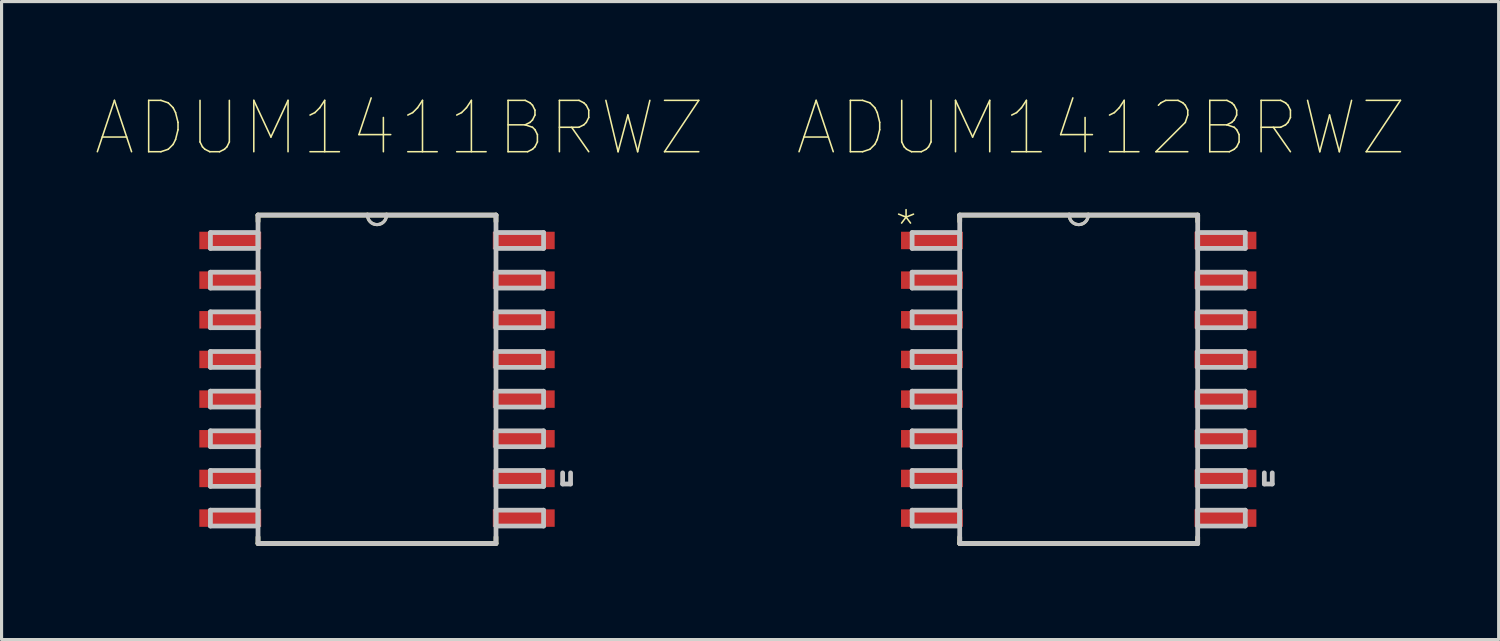
<source format=kicad_pcb>
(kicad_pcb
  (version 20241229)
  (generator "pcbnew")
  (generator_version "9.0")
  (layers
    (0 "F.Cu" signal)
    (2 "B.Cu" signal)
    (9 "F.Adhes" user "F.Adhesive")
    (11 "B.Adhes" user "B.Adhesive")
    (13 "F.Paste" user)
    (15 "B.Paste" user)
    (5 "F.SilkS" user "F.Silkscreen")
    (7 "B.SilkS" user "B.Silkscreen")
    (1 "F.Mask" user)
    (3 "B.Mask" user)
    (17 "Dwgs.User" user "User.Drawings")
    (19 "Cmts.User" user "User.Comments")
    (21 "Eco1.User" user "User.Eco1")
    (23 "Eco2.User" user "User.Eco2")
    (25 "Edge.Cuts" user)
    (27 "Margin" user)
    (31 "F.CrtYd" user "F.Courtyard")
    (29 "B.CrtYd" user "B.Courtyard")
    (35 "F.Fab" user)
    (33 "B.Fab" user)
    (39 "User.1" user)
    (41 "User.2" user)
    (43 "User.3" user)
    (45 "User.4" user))
  (footprint "ADUM1412BRWZ"
    (layer "F.Cu")
    (at 31.491 9.095)
    (property "Reference" "ADUM1412BRWZ" (at 0.713 -8.045 0) (layer "F.SilkS") (effects (font (size 1.644 1.644) (thickness 0.05))))
    (attr smd)
    (fp_line (start -3.81 -5.258) (end -3.81 -5.055) (stroke (width 0.152) (type solid)) (layer "F.SilkS"))
    (fp_line (start -3.81 5.055) (end -3.81 5.258) (stroke (width 0.152) (type solid)) (layer "F.SilkS"))
    (fp_line (start -3.81 5.258) (end 3.81 5.258) (stroke (width 0.152) (type solid)) (layer "F.SilkS"))
    (fp_line (start -0.305 -5.258) (end -3.81 -5.258) (stroke (width 0.152) (type solid)) (layer "F.SilkS"))
    (fp_line (start 0.305 -5.258) (end -0.305 -5.258) (stroke (width 0.152) (type solid)) (layer "F.SilkS"))
    (fp_line (start 3.81 -5.258) (end 0.305 -5.258) (stroke (width 0.152) (type solid)) (layer "F.SilkS"))
    (fp_line (start 3.81 -5.055) (end 3.81 -5.258) (stroke (width 0.152) (type solid)) (layer "F.SilkS"))
    (fp_line (start 3.81 5.258) (end 3.81 5.055) (stroke (width 0.152) (type solid)) (layer "F.SilkS"))
    (fp_arc (start 0.3048 -5.2578) (mid 0 -4.953) (end -0.3048 -5.2578) (stroke (width 0.1) (type solid)) (layer "F.SilkS"))
    (fp_line (start -5.334 -4.699) (end -5.334 -4.191) (stroke (width 0.152) (type solid)) (layer "Dwgs.User"))
    (fp_line (start -5.334 -4.191) (end -3.81 -4.191) (stroke (width 0.152) (type solid)) (layer "Dwgs.User"))
    (fp_line (start -5.334 -3.429) (end -5.334 -2.921) (stroke (width 0.152) (type solid)) (layer "Dwgs.User"))
    (fp_line (start -5.334 -2.921) (end -3.81 -2.921) (stroke (width 0.152) (type solid)) (layer "Dwgs.User"))
    (fp_line (start -5.334 -2.159) (end -5.334 -1.651) (stroke (width 0.152) (type solid)) (layer "Dwgs.User"))
    (fp_line (start -5.334 -1.651) (end -3.81 -1.651) (stroke (width 0.152) (type solid)) (layer "Dwgs.User"))
    (fp_line (start -5.334 -0.889) (end -5.334 -0.381) (stroke (width 0.152) (type solid)) (layer "Dwgs.User"))
    (fp_line (start -5.334 -0.381) (end -3.81 -0.381) (stroke (width 0.152) (type solid)) (layer "Dwgs.User"))
    (fp_line (start -5.334 0.381) (end -5.334 0.889) (stroke (width 0.152) (type solid)) (layer "Dwgs.User"))
    (fp_line (start -5.334 0.889) (end -3.81 0.889) (stroke (width 0.152) (type solid)) (layer "Dwgs.User"))
    (fp_line (start -5.334 1.651) (end -5.334 2.159) (stroke (width 0.152) (type solid)) (layer "Dwgs.User"))
    (fp_line (start -5.334 2.159) (end -3.81 2.159) (stroke (width 0.152) (type solid)) (layer "Dwgs.User"))
    (fp_line (start -5.334 2.921) (end -5.334 3.429) (stroke (width 0.152) (type solid)) (layer "Dwgs.User"))
    (fp_line (start -5.334 3.429) (end -3.81 3.429) (stroke (width 0.152) (type solid)) (layer "Dwgs.User"))
    (fp_line (start -5.334 4.191) (end -5.334 4.699) (stroke (width 0.152) (type solid)) (layer "Dwgs.User"))
    (fp_line (start -5.334 4.699) (end -3.81 4.699) (stroke (width 0.152) (type solid)) (layer "Dwgs.User"))
    (fp_line (start -3.81 -5.258) (end -3.81 5.258) (stroke (width 0.152) (type solid)) (layer "Dwgs.User"))
    (fp_line (start -3.81 -4.699) (end -5.334 -4.699) (stroke (width 0.152) (type solid)) (layer "Dwgs.User"))
    (fp_line (start -3.81 -4.191) (end -3.81 -4.699) (stroke (width 0.152) (type solid)) (layer "Dwgs.User"))
    (fp_line (start -3.81 -3.429) (end -5.334 -3.429) (stroke (width 0.152) (type solid)) (layer "Dwgs.User"))
    (fp_line (start -3.81 -2.921) (end -3.81 -3.429) (stroke (width 0.152) (type solid)) (layer "Dwgs.User"))
    (fp_line (start -3.81 -2.159) (end -5.334 -2.159) (stroke (width 0.152) (type solid)) (layer "Dwgs.User"))
    (fp_line (start -3.81 -1.651) (end -3.81 -2.159) (stroke (width 0.152) (type solid)) (layer "Dwgs.User"))
    (fp_line (start -3.81 -0.889) (end -5.334 -0.889) (stroke (width 0.152) (type solid)) (layer "Dwgs.User"))
    (fp_line (start -3.81 -0.381) (end -3.81 -0.889) (stroke (width 0.152) (type solid)) (layer "Dwgs.User"))
    (fp_line (start -3.81 0.381) (end -5.334 0.381) (stroke (width 0.152) (type solid)) (layer "Dwgs.User"))
    (fp_line (start -3.81 0.889) (end -3.81 0.381) (stroke (width 0.152) (type solid)) (layer "Dwgs.User"))
    (fp_line (start -3.81 1.651) (end -5.334 1.651) (stroke (width 0.152) (type solid)) (layer "Dwgs.User"))
    (fp_line (start -3.81 2.159) (end -3.81 1.651) (stroke (width 0.152) (type solid)) (layer "Dwgs.User"))
    (fp_line (start -3.81 2.921) (end -5.334 2.921) (stroke (width 0.152) (type solid)) (layer "Dwgs.User"))
    (fp_line (start -3.81 3.429) (end -3.81 2.921) (stroke (width 0.152) (type solid)) (layer "Dwgs.User"))
    (fp_line (start -3.81 4.191) (end -5.334 4.191) (stroke (width 0.152) (type solid)) (layer "Dwgs.User"))
    (fp_line (start -3.81 4.699) (end -3.81 4.191) (stroke (width 0.152) (type solid)) (layer "Dwgs.User"))
    (fp_line (start -3.81 5.258) (end 3.81 5.258) (stroke (width 0.152) (type solid)) (layer "Dwgs.User"))
    (fp_line (start -0.305 -5.258) (end -3.81 -5.258) (stroke (width 0.152) (type solid)) (layer "Dwgs.User"))
    (fp_line (start 0.305 -5.258) (end -0.305 -5.258) (stroke (width 0.152) (type solid)) (layer "Dwgs.User"))
    (fp_line (start 3.81 -5.258) (end 0.305 -5.258) (stroke (width 0.152) (type solid)) (layer "Dwgs.User"))
    (fp_line (start 3.81 -4.699) (end 3.81 -4.191) (stroke (width 0.152) (type solid)) (layer "Dwgs.User"))
    (fp_line (start 3.81 -4.191) (end 5.334 -4.191) (stroke (width 0.152) (type solid)) (layer "Dwgs.User"))
    (fp_line (start 3.81 -3.429) (end 3.81 -2.921) (stroke (width 0.152) (type solid)) (layer "Dwgs.User"))
    (fp_line (start 3.81 -2.921) (end 5.334 -2.921) (stroke (width 0.152) (type solid)) (layer "Dwgs.User"))
    (fp_line (start 3.81 -2.159) (end 3.81 -1.651) (stroke (width 0.152) (type solid)) (layer "Dwgs.User"))
    (fp_line (start 3.81 -1.651) (end 5.334 -1.651) (stroke (width 0.152) (type solid)) (layer "Dwgs.User"))
    (fp_line (start 3.81 -0.889) (end 3.81 -0.381) (stroke (width 0.152) (type solid)) (layer "Dwgs.User"))
    (fp_line (start 3.81 -0.381) (end 5.334 -0.381) (stroke (width 0.152) (type solid)) (layer "Dwgs.User"))
    (fp_line (start 3.81 0.381) (end 3.81 0.889) (stroke (width 0.152) (type solid)) (layer "Dwgs.User"))
    (fp_line (start 3.81 0.889) (end 5.334 0.889) (stroke (width 0.152) (type solid)) (layer "Dwgs.User"))
    (fp_line (start 3.81 1.651) (end 3.81 2.159) (stroke (width 0.152) (type solid)) (layer "Dwgs.User"))
    (fp_line (start 3.81 2.159) (end 5.334 2.159) (stroke (width 0.152) (type solid)) (layer "Dwgs.User"))
    (fp_line (start 3.81 2.921) (end 3.81 3.429) (stroke (width 0.152) (type solid)) (layer "Dwgs.User"))
    (fp_line (start 3.81 3.429) (end 5.334 3.429) (stroke (width 0.152) (type solid)) (layer "Dwgs.User"))
    (fp_line (start 3.81 4.191) (end 3.81 4.699) (stroke (width 0.152) (type solid)) (layer "Dwgs.User"))
    (fp_line (start 3.81 4.699) (end 5.334 4.699) (stroke (width 0.152) (type solid)) (layer "Dwgs.User"))
    (fp_line (start 3.81 5.258) (end 3.81 -5.258) (stroke (width 0.152) (type solid)) (layer "Dwgs.User"))
    (fp_line (start 5.334 -4.699) (end 3.81 -4.699) (stroke (width 0.152) (type solid)) (layer "Dwgs.User"))
    (fp_line (start 5.334 -4.191) (end 5.334 -4.699) (stroke (width 0.152) (type solid)) (layer "Dwgs.User"))
    (fp_line (start 5.334 -3.429) (end 3.81 -3.429) (stroke (width 0.152) (type solid)) (layer "Dwgs.User"))
    (fp_line (start 5.334 -2.921) (end 5.334 -3.429) (stroke (width 0.152) (type solid)) (layer "Dwgs.User"))
    (fp_line (start 5.334 -2.159) (end 3.81 -2.159) (stroke (width 0.152) (type solid)) (layer "Dwgs.User"))
    (fp_line (start 5.334 -1.651) (end 5.334 -2.159) (stroke (width 0.152) (type solid)) (layer "Dwgs.User"))
    (fp_line (start 5.334 -0.889) (end 3.81 -0.889) (stroke (width 0.152) (type solid)) (layer "Dwgs.User"))
    (fp_line (start 5.334 -0.381) (end 5.334 -0.889) (stroke (width 0.152) (type solid)) (layer "Dwgs.User"))
    (fp_line (start 5.334 0.381) (end 3.81 0.381) (stroke (width 0.152) (type solid)) (layer "Dwgs.User"))
    (fp_line (start 5.334 0.889) (end 5.334 0.381) (stroke (width 0.152) (type solid)) (layer "Dwgs.User"))
    (fp_line (start 5.334 1.651) (end 3.81 1.651) (stroke (width 0.152) (type solid)) (layer "Dwgs.User"))
    (fp_line (start 5.334 2.159) (end 5.334 1.651) (stroke (width 0.152) (type solid)) (layer "Dwgs.User"))
    (fp_line (start 5.334 2.921) (end 3.81 2.921) (stroke (width 0.152) (type solid)) (layer "Dwgs.User"))
    (fp_line (start 5.334 3.429) (end 5.334 2.921) (stroke (width 0.152) (type solid)) (layer "Dwgs.User"))
    (fp_line (start 5.334 4.191) (end 3.81 4.191) (stroke (width 0.152) (type solid)) (layer "Dwgs.User"))
    (fp_line (start 5.334 4.699) (end 5.334 4.191) (stroke (width 0.152) (type solid)) (layer "Dwgs.User"))
    (fp_line (start 5.944 3.353) (end 5.944 2.997) (stroke (width 0.152) (type solid)) (layer "Dwgs.User"))
    (fp_line (start 6.198 2.997) (end 6.198 3.353) (stroke (width 0.152) (type solid)) (layer "Dwgs.User"))
    (fp_line (start 6.198 3.353) (end 5.944 3.353) (stroke (width 0.152) (type solid)) (layer "Dwgs.User"))
    (fp_arc (start 0.3048 -5.2578) (mid 0 -4.953) (end -0.3048 -5.2578) (stroke (width 0.1) (type solid)) (layer "Dwgs.User"))
    (fp_text user "*" (at -5.528 -4.891 0) (layer "F.SilkS") (effects (font (size 1 1) (thickness 0.05))))
    (pad "1" smd rect (at -4.699 -4.445) (size 1.981 0.559) (layers "F.Cu" "F.Mask" "F.Paste"))
    (pad "2" smd rect (at -4.699 -3.175) (size 1.981 0.559) (layers "F.Cu" "F.Mask" "F.Paste"))
    (pad "3" smd rect (at -4.699 -1.905) (size 1.981 0.559) (layers "F.Cu" "F.Mask" "F.Paste"))
    (pad "4" smd rect (at -4.699 -0.635) (size 1.981 0.559) (layers "F.Cu" "F.Mask" "F.Paste"))
    (pad "5" smd rect (at -4.699 0.635) (size 1.981 0.559) (layers "F.Cu" "F.Mask" "F.Paste"))
    (pad "6" smd rect (at -4.699 1.905) (size 1.981 0.559) (layers "F.Cu" "F.Mask" "F.Paste"))
    (pad "7" smd rect (at -4.699 3.175) (size 1.981 0.559) (layers "F.Cu" "F.Mask" "F.Paste"))
    (pad "8" smd rect (at -4.699 4.445) (size 1.981 0.559) (layers "F.Cu" "F.Mask" "F.Paste"))
    (pad "9" smd rect (at 4.699 4.445) (size 1.981 0.559) (layers "F.Cu" "F.Mask" "F.Paste"))
    (pad "10" smd rect (at 4.699 3.175) (size 1.981 0.559) (layers "F.Cu" "F.Mask" "F.Paste"))
    (pad "11" smd rect (at 4.699 1.905) (size 1.981 0.559) (layers "F.Cu" "F.Mask" "F.Paste"))
    (pad "12" smd rect (at 4.699 0.635) (size 1.981 0.559) (layers "F.Cu" "F.Mask" "F.Paste"))
    (pad "13" smd rect (at 4.699 -0.635) (size 1.981 0.559) (layers "F.Cu" "F.Mask" "F.Paste"))
    (pad "14" smd rect (at 4.699 -1.905) (size 1.981 0.559) (layers "F.Cu" "F.Mask" "F.Paste"))
    (pad "15" smd rect (at 4.699 -3.175) (size 1.981 0.559) (layers "F.Cu" "F.Mask" "F.Paste"))
    (pad "16" smd rect (at 4.699 -4.445) (size 1.981 0.559) (layers "F.Cu" "F.Mask" "F.Paste")))
  (footprint "ADUM1411BRWZ"
    (layer "F.Cu")
    (at 9.022 9.095)
    (property "Reference" "ADUM1411BRWZ" (at 0.713 -8.045 0) (layer "F.SilkS") (effects (font (size 1.644 1.644) (thickness 0.05))))
    (attr smd)
    (fp_line (start -3.81 -5.258) (end -3.81 -5.055) (stroke (width 0.152) (type solid)) (layer "F.SilkS"))
    (fp_line (start -3.81 5.055) (end -3.81 5.258) (stroke (width 0.152) (type solid)) (layer "F.SilkS"))
    (fp_line (start -3.81 5.258) (end 3.81 5.258) (stroke (width 0.152) (type solid)) (layer "F.SilkS"))
    (fp_line (start -0.305 -5.258) (end -3.81 -5.258) (stroke (width 0.152) (type solid)) (layer "F.SilkS"))
    (fp_line (start 0.305 -5.258) (end -0.305 -5.258) (stroke (width 0.152) (type solid)) (layer "F.SilkS"))
    (fp_line (start 3.81 -5.258) (end 0.305 -5.258) (stroke (width 0.152) (type solid)) (layer "F.SilkS"))
    (fp_line (start 3.81 -5.055) (end 3.81 -5.258) (stroke (width 0.152) (type solid)) (layer "F.SilkS"))
    (fp_line (start 3.81 5.258) (end 3.81 5.055) (stroke (width 0.152) (type solid)) (layer "F.SilkS"))
    (fp_arc (start 0.3048 -5.2578) (mid 0 -4.953) (end -0.3048 -5.2578) (stroke (width 0.1) (type solid)) (layer "F.SilkS"))
    (fp_line (start -5.334 -4.699) (end -5.334 -4.191) (stroke (width 0.152) (type solid)) (layer "Dwgs.User"))
    (fp_line (start -5.334 -4.191) (end -3.81 -4.191) (stroke (width 0.152) (type solid)) (layer "Dwgs.User"))
    (fp_line (start -5.334 -3.429) (end -5.334 -2.921) (stroke (width 0.152) (type solid)) (layer "Dwgs.User"))
    (fp_line (start -5.334 -2.921) (end -3.81 -2.921) (stroke (width 0.152) (type solid)) (layer "Dwgs.User"))
    (fp_line (start -5.334 -2.159) (end -5.334 -1.651) (stroke (width 0.152) (type solid)) (layer "Dwgs.User"))
    (fp_line (start -5.334 -1.651) (end -3.81 -1.651) (stroke (width 0.152) (type solid)) (layer "Dwgs.User"))
    (fp_line (start -5.334 -0.889) (end -5.334 -0.381) (stroke (width 0.152) (type solid)) (layer "Dwgs.User"))
    (fp_line (start -5.334 -0.381) (end -3.81 -0.381) (stroke (width 0.152) (type solid)) (layer "Dwgs.User"))
    (fp_line (start -5.334 0.381) (end -5.334 0.889) (stroke (width 0.152) (type solid)) (layer "Dwgs.User"))
    (fp_line (start -5.334 0.889) (end -3.81 0.889) (stroke (width 0.152) (type solid)) (layer "Dwgs.User"))
    (fp_line (start -5.334 1.651) (end -5.334 2.159) (stroke (width 0.152) (type solid)) (layer "Dwgs.User"))
    (fp_line (start -5.334 2.159) (end -3.81 2.159) (stroke (width 0.152) (type solid)) (layer "Dwgs.User"))
    (fp_line (start -5.334 2.921) (end -5.334 3.429) (stroke (width 0.152) (type solid)) (layer "Dwgs.User"))
    (fp_line (start -5.334 3.429) (end -3.81 3.429) (stroke (width 0.152) (type solid)) (layer "Dwgs.User"))
    (fp_line (start -5.334 4.191) (end -5.334 4.699) (stroke (width 0.152) (type solid)) (layer "Dwgs.User"))
    (fp_line (start -5.334 4.699) (end -3.81 4.699) (stroke (width 0.152) (type solid)) (layer "Dwgs.User"))
    (fp_line (start -3.81 -5.258) (end -3.81 5.258) (stroke (width 0.152) (type solid)) (layer "Dwgs.User"))
    (fp_line (start -3.81 -4.699) (end -5.334 -4.699) (stroke (width 0.152) (type solid)) (layer "Dwgs.User"))
    (fp_line (start -3.81 -4.191) (end -3.81 -4.699) (stroke (width 0.152) (type solid)) (layer "Dwgs.User"))
    (fp_line (start -3.81 -3.429) (end -5.334 -3.429) (stroke (width 0.152) (type solid)) (layer "Dwgs.User"))
    (fp_line (start -3.81 -2.921) (end -3.81 -3.429) (stroke (width 0.152) (type solid)) (layer "Dwgs.User"))
    (fp_line (start -3.81 -2.159) (end -5.334 -2.159) (stroke (width 0.152) (type solid)) (layer "Dwgs.User"))
    (fp_line (start -3.81 -1.651) (end -3.81 -2.159) (stroke (width 0.152) (type solid)) (layer "Dwgs.User"))
    (fp_line (start -3.81 -0.889) (end -5.334 -0.889) (stroke (width 0.152) (type solid)) (layer "Dwgs.User"))
    (fp_line (start -3.81 -0.381) (end -3.81 -0.889) (stroke (width 0.152) (type solid)) (layer "Dwgs.User"))
    (fp_line (start -3.81 0.381) (end -5.334 0.381) (stroke (width 0.152) (type solid)) (layer "Dwgs.User"))
    (fp_line (start -3.81 0.889) (end -3.81 0.381) (stroke (width 0.152) (type solid)) (layer "Dwgs.User"))
    (fp_line (start -3.81 1.651) (end -5.334 1.651) (stroke (width 0.152) (type solid)) (layer "Dwgs.User"))
    (fp_line (start -3.81 2.159) (end -3.81 1.651) (stroke (width 0.152) (type solid)) (layer "Dwgs.User"))
    (fp_line (start -3.81 2.921) (end -5.334 2.921) (stroke (width 0.152) (type solid)) (layer "Dwgs.User"))
    (fp_line (start -3.81 3.429) (end -3.81 2.921) (stroke (width 0.152) (type solid)) (layer "Dwgs.User"))
    (fp_line (start -3.81 4.191) (end -5.334 4.191) (stroke (width 0.152) (type solid)) (layer "Dwgs.User"))
    (fp_line (start -3.81 4.699) (end -3.81 4.191) (stroke (width 0.152) (type solid)) (layer "Dwgs.User"))
    (fp_line (start -3.81 5.258) (end 3.81 5.258) (stroke (width 0.152) (type solid)) (layer "Dwgs.User"))
    (fp_line (start -0.305 -5.258) (end -3.81 -5.258) (stroke (width 0.152) (type solid)) (layer "Dwgs.User"))
    (fp_line (start 0.305 -5.258) (end -0.305 -5.258) (stroke (width 0.152) (type solid)) (layer "Dwgs.User"))
    (fp_line (start 3.81 -5.258) (end 0.305 -5.258) (stroke (width 0.152) (type solid)) (layer "Dwgs.User"))
    (fp_line (start 3.81 -4.699) (end 3.81 -4.191) (stroke (width 0.152) (type solid)) (layer "Dwgs.User"))
    (fp_line (start 3.81 -4.191) (end 5.334 -4.191) (stroke (width 0.152) (type solid)) (layer "Dwgs.User"))
    (fp_line (start 3.81 -3.429) (end 3.81 -2.921) (stroke (width 0.152) (type solid)) (layer "Dwgs.User"))
    (fp_line (start 3.81 -2.921) (end 5.334 -2.921) (stroke (width 0.152) (type solid)) (layer "Dwgs.User"))
    (fp_line (start 3.81 -2.159) (end 3.81 -1.651) (stroke (width 0.152) (type solid)) (layer "Dwgs.User"))
    (fp_line (start 3.81 -1.651) (end 5.334 -1.651) (stroke (width 0.152) (type solid)) (layer "Dwgs.User"))
    (fp_line (start 3.81 -0.889) (end 3.81 -0.381) (stroke (width 0.152) (type solid)) (layer "Dwgs.User"))
    (fp_line (start 3.81 -0.381) (end 5.334 -0.381) (stroke (width 0.152) (type solid)) (layer "Dwgs.User"))
    (fp_line (start 3.81 0.381) (end 3.81 0.889) (stroke (width 0.152) (type solid)) (layer "Dwgs.User"))
    (fp_line (start 3.81 0.889) (end 5.334 0.889) (stroke (width 0.152) (type solid)) (layer "Dwgs.User"))
    (fp_line (start 3.81 1.651) (end 3.81 2.159) (stroke (width 0.152) (type solid)) (layer "Dwgs.User"))
    (fp_line (start 3.81 2.159) (end 5.334 2.159) (stroke (width 0.152) (type solid)) (layer "Dwgs.User"))
    (fp_line (start 3.81 2.921) (end 3.81 3.429) (stroke (width 0.152) (type solid)) (layer "Dwgs.User"))
    (fp_line (start 3.81 3.429) (end 5.334 3.429) (stroke (width 0.152) (type solid)) (layer "Dwgs.User"))
    (fp_line (start 3.81 4.191) (end 3.81 4.699) (stroke (width 0.152) (type solid)) (layer "Dwgs.User"))
    (fp_line (start 3.81 4.699) (end 5.334 4.699) (stroke (width 0.152) (type solid)) (layer "Dwgs.User"))
    (fp_line (start 3.81 5.258) (end 3.81 -5.258) (stroke (width 0.152) (type solid)) (layer "Dwgs.User"))
    (fp_line (start 5.334 -4.699) (end 3.81 -4.699) (stroke (width 0.152) (type solid)) (layer "Dwgs.User"))
    (fp_line (start 5.334 -4.191) (end 5.334 -4.699) (stroke (width 0.152) (type solid)) (layer "Dwgs.User"))
    (fp_line (start 5.334 -3.429) (end 3.81 -3.429) (stroke (width 0.152) (type solid)) (layer "Dwgs.User"))
    (fp_line (start 5.334 -2.921) (end 5.334 -3.429) (stroke (width 0.152) (type solid)) (layer "Dwgs.User"))
    (fp_line (start 5.334 -2.159) (end 3.81 -2.159) (stroke (width 0.152) (type solid)) (layer "Dwgs.User"))
    (fp_line (start 5.334 -1.651) (end 5.334 -2.159) (stroke (width 0.152) (type solid)) (layer "Dwgs.User"))
    (fp_line (start 5.334 -0.889) (end 3.81 -0.889) (stroke (width 0.152) (type solid)) (layer "Dwgs.User"))
    (fp_line (start 5.334 -0.381) (end 5.334 -0.889) (stroke (width 0.152) (type solid)) (layer "Dwgs.User"))
    (fp_line (start 5.334 0.381) (end 3.81 0.381) (stroke (width 0.152) (type solid)) (layer "Dwgs.User"))
    (fp_line (start 5.334 0.889) (end 5.334 0.381) (stroke (width 0.152) (type solid)) (layer "Dwgs.User"))
    (fp_line (start 5.334 1.651) (end 3.81 1.651) (stroke (width 0.152) (type solid)) (layer "Dwgs.User"))
    (fp_line (start 5.334 2.159) (end 5.334 1.651) (stroke (width 0.152) (type solid)) (layer "Dwgs.User"))
    (fp_line (start 5.334 2.921) (end 3.81 2.921) (stroke (width 0.152) (type solid)) (layer "Dwgs.User"))
    (fp_line (start 5.334 3.429) (end 5.334 2.921) (stroke (width 0.152) (type solid)) (layer "Dwgs.User"))
    (fp_line (start 5.334 4.191) (end 3.81 4.191) (stroke (width 0.152) (type solid)) (layer "Dwgs.User"))
    (fp_line (start 5.334 4.699) (end 5.334 4.191) (stroke (width 0.152) (type solid)) (layer "Dwgs.User"))
    (fp_line (start 5.944 3.353) (end 5.944 2.997) (stroke (width 0.152) (type solid)) (layer "Dwgs.User"))
    (fp_line (start 6.198 2.997) (end 6.198 3.353) (stroke (width 0.152) (type solid)) (layer "Dwgs.User"))
    (fp_line (start 6.198 3.353) (end 5.944 3.353) (stroke (width 0.152) (type solid)) (layer "Dwgs.User"))
    (fp_arc (start 0.3048 -5.2578) (mid 0 -4.953) (end -0.3048 -5.2578) (stroke (width 0.1) (type solid)) (layer "Dwgs.User"))
    (fp_text user "*" (at -5.528 -4.891 0) (layer "Edge.Cuts") (effects (font (size 1 1) (thickness 0.05))))
    (pad "1" smd rect (at -4.699 -4.445) (size 1.981 0.559) (layers "F.Cu" "F.Mask" "F.Paste"))
    (pad "2" smd rect (at -4.699 -3.175) (size 1.981 0.559) (layers "F.Cu" "F.Mask" "F.Paste"))
    (pad "3" smd rect (at -4.699 -1.905) (size 1.981 0.559) (layers "F.Cu" "F.Mask" "F.Paste"))
    (pad "4" smd rect (at -4.699 -0.635) (size 1.981 0.559) (layers "F.Cu" "F.Mask" "F.Paste"))
    (pad "5" smd rect (at -4.699 0.635) (size 1.981 0.559) (layers "F.Cu" "F.Mask" "F.Paste"))
    (pad "6" smd rect (at -4.699 1.905) (size 1.981 0.559) (layers "F.Cu" "F.Mask" "F.Paste"))
    (pad "7" smd rect (at -4.699 3.175) (size 1.981 0.559) (layers "F.Cu" "F.Mask" "F.Paste"))
    (pad "8" smd rect (at -4.699 4.445) (size 1.981 0.559) (layers "F.Cu" "F.Mask" "F.Paste"))
    (pad "9" smd rect (at 4.699 4.445) (size 1.981 0.559) (layers "F.Cu" "F.Mask" "F.Paste"))
    (pad "10" smd rect (at 4.699 3.175) (size 1.981 0.559) (layers "F.Cu" "F.Mask" "F.Paste"))
    (pad "11" smd rect (at 4.699 1.905) (size 1.981 0.559) (layers "F.Cu" "F.Mask" "F.Paste"))
    (pad "12" smd rect (at 4.699 0.635) (size 1.981 0.559) (layers "F.Cu" "F.Mask" "F.Paste"))
    (pad "13" smd rect (at 4.699 -0.635) (size 1.981 0.559) (layers "F.Cu" "F.Mask" "F.Paste"))
    (pad "14" smd rect (at 4.699 -1.905) (size 1.981 0.559) (layers "F.Cu" "F.Mask" "F.Paste"))
    (pad "15" smd rect (at 4.699 -3.175) (size 1.981 0.559) (layers "F.Cu" "F.Mask" "F.Paste"))
    (pad "16" smd rect (at 4.699 -4.445) (size 1.981 0.559) (layers "F.Cu" "F.Mask" "F.Paste")))
  (gr_rect
    (start -3 -3)
    (end 44.938 17.429)
    (stroke (width 0.1) (type default))
    (fill no)
    (layer "Edge.Cuts")))
</source>
